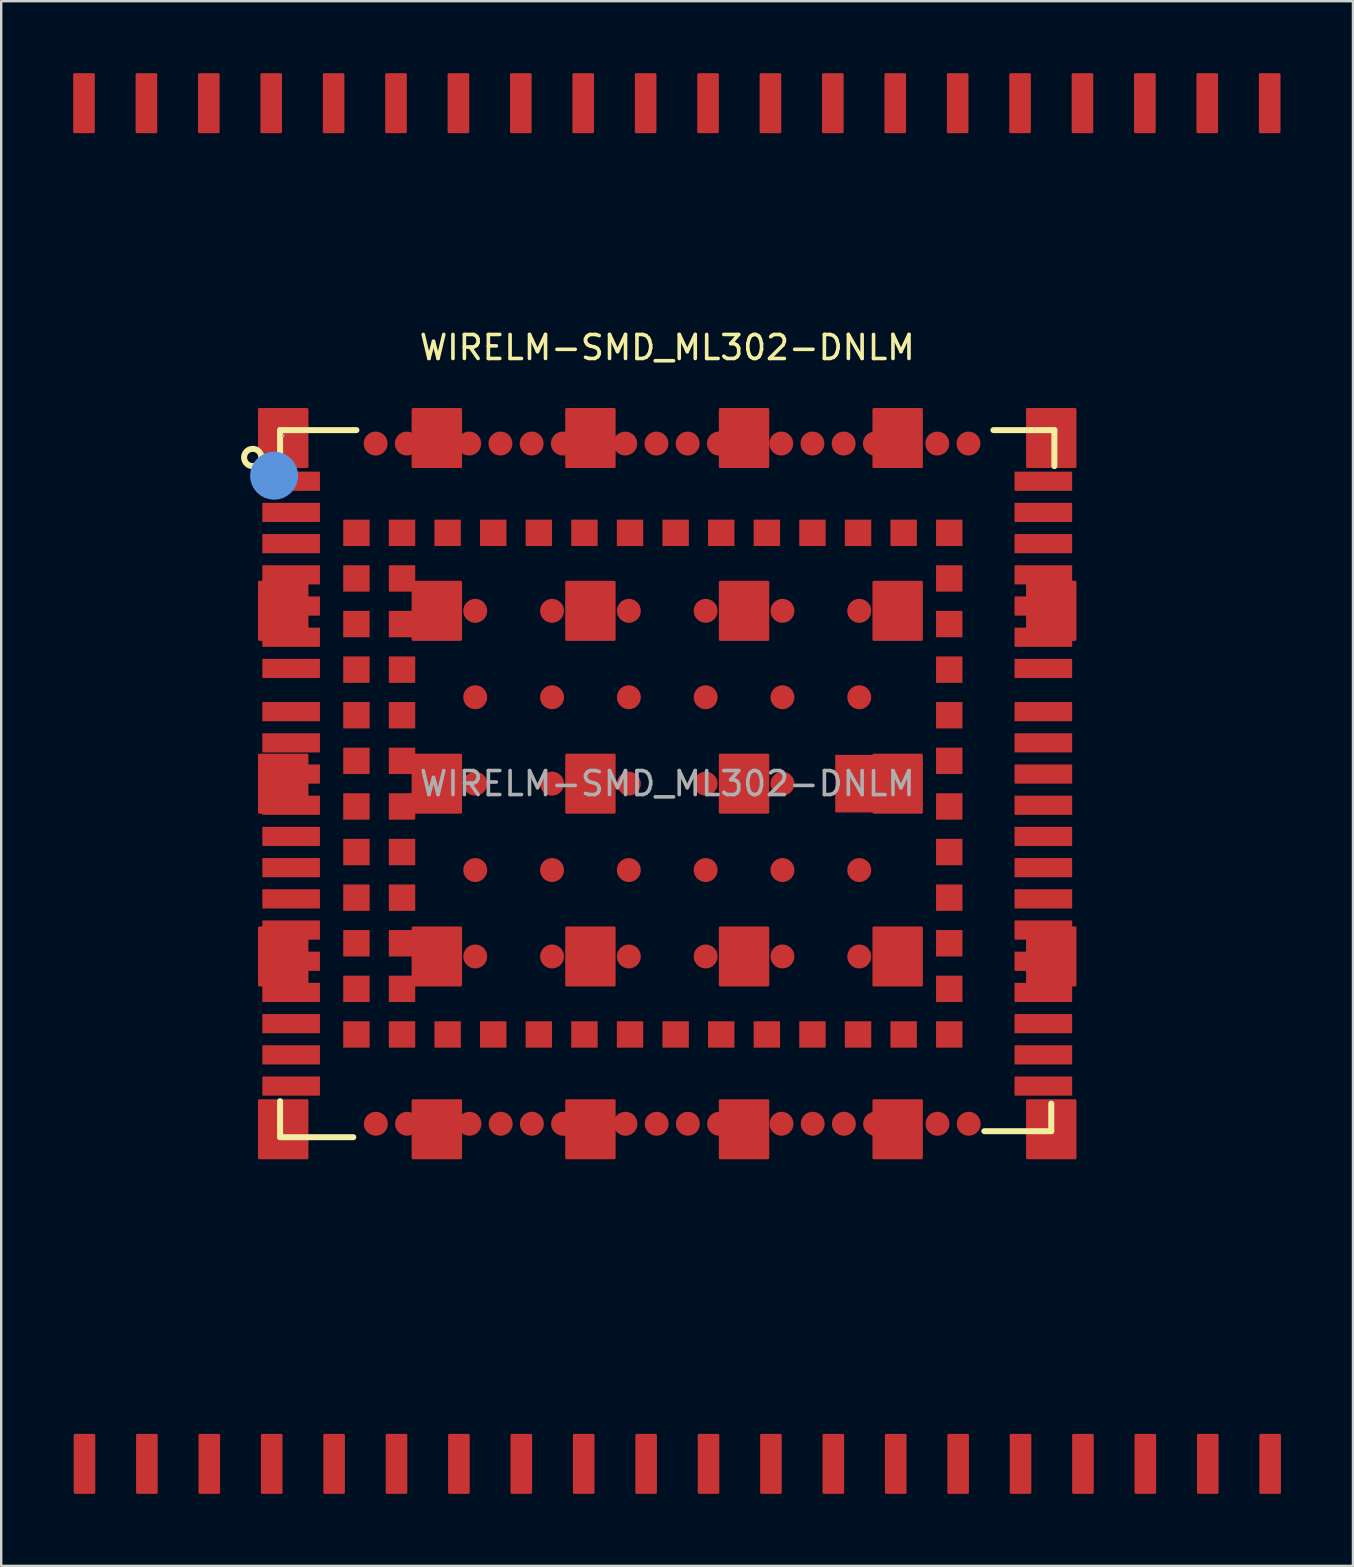
<source format=kicad_pcb>
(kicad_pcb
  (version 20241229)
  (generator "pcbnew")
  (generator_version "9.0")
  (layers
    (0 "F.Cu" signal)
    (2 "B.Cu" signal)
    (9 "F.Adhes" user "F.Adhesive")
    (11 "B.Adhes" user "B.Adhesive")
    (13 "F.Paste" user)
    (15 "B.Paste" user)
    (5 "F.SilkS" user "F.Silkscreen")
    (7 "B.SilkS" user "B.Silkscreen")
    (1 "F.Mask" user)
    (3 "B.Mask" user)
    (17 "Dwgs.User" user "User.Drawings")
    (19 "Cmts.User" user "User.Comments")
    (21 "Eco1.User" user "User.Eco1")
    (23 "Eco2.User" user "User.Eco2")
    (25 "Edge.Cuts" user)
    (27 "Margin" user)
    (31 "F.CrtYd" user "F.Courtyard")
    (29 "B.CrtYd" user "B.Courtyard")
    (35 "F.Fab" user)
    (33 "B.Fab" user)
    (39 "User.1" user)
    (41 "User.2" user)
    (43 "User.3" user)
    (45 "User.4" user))
  (footprint "WIRELM-SMD_ML302-DNLM"
    (layer "F.Cu")
    (at 24.75 29.6)
    (property "Reference" "WIRELM-SMD_ML302-DNLM" (at 0 -18.17 0) (layer "F.SilkS") (effects (font (size 1 1) (thickness 0.15))))
    (attr smd)
    (fp_line (start -16.13 -14.73) (end -12.95 -14.73) (stroke (width 0.25) (type solid)) (layer "F.SilkS"))
    (fp_line (start -16.13 -13.23) (end -16.13 -14.73) (stroke (width 0.25) (type solid)) (layer "F.SilkS"))
    (fp_line (start -16.13 13.23) (end -16.13 14.73) (stroke (width 0.25) (type solid)) (layer "F.SilkS"))
    (fp_line (start -16.13 14.73) (end -13.08 14.73) (stroke (width 0.25) (type solid)) (layer "F.SilkS"))
    (fp_line (start 13.21 14.48) (end 16 14.48) (stroke (width 0.25) (type solid)) (layer "F.SilkS"))
    (fp_line (start 13.59 -14.73) (end 16.13 -14.73) (stroke (width 0.25) (type solid)) (layer "F.SilkS"))
    (fp_line (start 16 14.48) (end 16 13.33) (stroke (width 0.25) (type solid)) (layer "F.SilkS"))
    (fp_line (start 16.13 -14.73) (end 16.13 -13.23) (stroke (width 0.25) (type solid)) (layer "F.SilkS"))
    (fp_circle (center -17.27 -13.59) (end -16.91 -13.59) (stroke (width 0.25) (type solid)) (fill no) (layer "F.SilkS"))
    (fp_circle (center -16.38 -12.83) (end -15.88 -12.83) (stroke (width 1) (type solid)) (fill no) (layer "Cmts.User"))
    (fp_circle (center -16 -14.5) (end -15.97 -14.5) (stroke (width 0.06) (type solid)) (fill no) (layer "F.Fab"))
    (fp_text user "${REFERENCE}" (at 0 0 0) (layer "F.Fab") (effects (font (size 1 1) (thickness 0.15))))
    (pad "1" smd rect (at -15.67 -12.6) (size 2.4 0.8) (layers "F.Cu" "F.Mask" "F.Paste"))
    (pad "2" smd rect (at -15.67 -11.3) (size 2.4 0.8) (layers "F.Cu" "F.Mask" "F.Paste"))
    (pad "3" smd rect (at -15.67 -10) (size 2.4 0.8) (layers "F.Cu" "F.Mask" "F.Paste"))
    (pad "4" smd rect (at -15.67 -8.7) (size 2.4 0.8) (layers "F.Cu" "F.Mask" "F.Paste"))
    (pad "5" smd rect (at -15.67 -7.4) (size 2.4 0.8) (layers "F.Cu" "F.Mask" "F.Paste"))
    (pad "6" smd rect (at -15.67 -6.1) (size 2.4 0.8) (layers "F.Cu" "F.Mask" "F.Paste"))
    (pad "7" smd rect (at -15.67 -4.8) (size 2.4 0.8) (layers "F.Cu" "F.Mask" "F.Paste"))
    (pad "8" smd rect (at -15.67 -3) (size 2.4 0.8) (layers "F.Cu" "F.Mask" "F.Paste"))
    (pad "9" smd rect (at -15.67 -1.7) (size 2.4 0.8) (layers "F.Cu" "F.Mask" "F.Paste"))
    (pad "10" smd rect (at -15.67 -0.4) (size 2.4 0.8) (layers "F.Cu" "F.Mask" "F.Paste"))
    (pad "11" smd rect (at -15.67 0.9) (size 2.4 0.8) (layers "F.Cu" "F.Mask" "F.Paste"))
    (pad "12" smd rect (at -15.67 2.2) (size 2.4 0.8) (layers "F.Cu" "F.Mask" "F.Paste"))
    (pad "13" smd rect (at -15.67 3.5) (size 2.4 0.8) (layers "F.Cu" "F.Mask" "F.Paste"))
    (pad "14" smd rect (at -15.67 4.8) (size 2.4 0.8) (layers "F.Cu" "F.Mask" "F.Paste"))
    (pad "15" smd rect (at -15.67 6.1) (size 2.4 0.8) (layers "F.Cu" "F.Mask" "F.Paste"))
    (pad "16" smd rect (at -15.67 7.4) (size 2.4 0.8) (layers "F.Cu" "F.Mask" "F.Paste"))
    (pad "17" smd rect (at -15.67 8.7) (size 2.4 0.8) (layers "F.Cu" "F.Mask" "F.Paste"))
    (pad "18" smd rect (at -15.67 10) (size 2.4 0.8) (layers "F.Cu" "F.Mask" "F.Paste"))
    (pad "19" smd rect (at -15.67 11.3) (size 2.4 0.8) (layers "F.Cu" "F.Mask" "F.Paste"))
    (pad "20" smd rect (at -15.67 12.6) (size 2.4 0.8) (layers "F.Cu" "F.Mask" "F.Paste"))
    (pad "21" smd custom (at -12.14 14.17) (size 1 1) (layers "F.Cu" "F.Mask" "F.Paste") (options (anchor circle)) (primitives (gr_poly (pts (xy -12.54 12.97) (xy -11.74 12.97) (xy -11.74 15.37) (xy -12.54 15.37)) (width 0.1) (fill yes))))
    (pad "22" smd custom (at -10.84 14.17) (size 1 1) (layers "F.Cu" "F.Mask" "F.Paste") (options (anchor circle)) (primitives (gr_poly (pts (xy -11.24 12.97) (xy -10.44 12.97) (xy -10.44 15.37) (xy -11.24 15.37)) (width 0.1) (fill yes))))
    (pad "23" smd custom (at -9.54 14.17) (size 1 1) (layers "F.Cu" "F.Mask" "F.Paste") (options (anchor circle)) (primitives (gr_poly (pts (xy -9.94 12.97) (xy -9.14 12.97) (xy -9.14 15.37) (xy -9.94 15.37)) (width 0.1) (fill yes))))
    (pad "24" smd custom (at -8.24 14.17) (size 1 1) (layers "F.Cu" "F.Mask" "F.Paste") (options (anchor circle)) (primitives (gr_poly (pts (xy -8.64 12.97) (xy -7.84 12.97) (xy -7.84 15.37) (xy -8.64 15.37)) (width 0.1) (fill yes))))
    (pad "25" smd custom (at -6.94 14.17) (size 1 1) (layers "F.Cu" "F.Mask" "F.Paste") (options (anchor circle)) (primitives (gr_poly (pts (xy -7.34 12.97) (xy -6.54 12.97) (xy -6.54 15.37) (xy -7.34 15.37)) (width 0.1) (fill yes))))
    (pad "26" smd custom (at -5.64 14.17) (size 1 1) (layers "F.Cu" "F.Mask" "F.Paste") (options (anchor circle)) (primitives (gr_poly (pts (xy -6.04 12.97) (xy -5.24 12.97) (xy -5.24 15.37) (xy -6.04 15.37)) (width 0.1) (fill yes))))
    (pad "27" smd custom (at -4.34 14.17) (size 1 1) (layers "F.Cu" "F.Mask" "F.Paste") (options (anchor circle)) (primitives (gr_poly (pts (xy -4.74 12.97) (xy -3.94 12.97) (xy -3.94 15.37) (xy -4.74 15.37)) (width 0.1) (fill yes))))
    (pad "28" smd custom (at -3.04 14.17) (size 1 1) (layers "F.Cu" "F.Mask" "F.Paste") (options (anchor circle)) (primitives (gr_poly (pts (xy -3.44 12.97) (xy -2.64 12.97) (xy -2.64 15.37) (xy -3.44 15.37)) (width 0.1) (fill yes))))
    (pad "29" smd custom (at -1.74 14.17) (size 1 1) (layers "F.Cu" "F.Mask" "F.Paste") (options (anchor circle)) (primitives (gr_poly (pts (xy -2.14 12.97) (xy -1.34 12.97) (xy -1.34 15.37) (xy -2.14 15.37)) (width 0.1) (fill yes))))
    (pad "30" smd custom (at -0.44 14.17) (size 1 1) (layers "F.Cu" "F.Mask" "F.Paste") (options (anchor circle)) (primitives (gr_poly (pts (xy -0.84 12.97) (xy -0.04 12.97) (xy -0.04 15.37) (xy -0.84 15.37)) (width 0.1) (fill yes))))
    (pad "31" smd custom (at 0.86 14.17) (size 1 1) (layers "F.Cu" "F.Mask" "F.Paste") (options (anchor circle)) (primitives (gr_poly (pts (xy 0.46 12.97) (xy 1.26 12.97) (xy 1.26 15.37) (xy 0.46 15.37)) (width 0.1) (fill yes))))
    (pad "32" smd custom (at 2.16 14.17) (size 1 1) (layers "F.Cu" "F.Mask" "F.Paste") (options (anchor circle)) (primitives (gr_poly (pts (xy 1.76 12.97) (xy 2.56 12.97) (xy 2.56 15.37) (xy 1.76 15.37)) (width 0.1) (fill yes))))
    (pad "33" smd custom (at 3.46 14.17) (size 1 1) (layers "F.Cu" "F.Mask" "F.Paste") (options (anchor circle)) (primitives (gr_poly (pts (xy 3.06 12.97) (xy 3.86 12.97) (xy 3.86 15.37) (xy 3.06 15.37)) (width 0.1) (fill yes))))
    (pad "34" smd custom (at 4.76 14.17) (size 1 1) (layers "F.Cu" "F.Mask" "F.Paste") (options (anchor circle)) (primitives (gr_poly (pts (xy 4.36 12.97) (xy 5.16 12.97) (xy 5.16 15.37) (xy 4.36 15.37)) (width 0.1) (fill yes))))
    (pad "35" smd custom (at 6.06 14.17) (size 1 1) (layers "F.Cu" "F.Mask" "F.Paste") (options (anchor circle)) (primitives (gr_poly (pts (xy 5.66 12.97) (xy 6.46 12.97) (xy 6.46 15.37) (xy 5.66 15.37)) (width 0.1) (fill yes))))
    (pad "36" smd custom (at 7.36 14.17) (size 1 1) (layers "F.Cu" "F.Mask" "F.Paste") (options (anchor circle)) (primitives (gr_poly (pts (xy 6.96 12.97) (xy 7.76 12.97) (xy 7.76 15.37) (xy 6.96 15.37)) (width 0.1) (fill yes))))
    (pad "37" smd custom (at 8.66 14.17) (size 1 1) (layers "F.Cu" "F.Mask" "F.Paste") (options (anchor circle)) (primitives (gr_poly (pts (xy 8.26 12.97) (xy 9.06 12.97) (xy 9.06 15.37) (xy 8.26 15.37)) (width 0.1) (fill yes))))
    (pad "38" smd custom (at 9.96 14.17) (size 1 1) (layers "F.Cu" "F.Mask" "F.Paste") (options (anchor circle)) (primitives (gr_poly (pts (xy 9.56 12.97) (xy 10.36 12.97) (xy 10.36 15.37) (xy 9.56 15.37)) (width 0.1) (fill yes))))
    (pad "39" smd custom (at 11.26 14.17) (size 1 1) (layers "F.Cu" "F.Mask" "F.Paste") (options (anchor circle)) (primitives (gr_poly (pts (xy 10.86 12.97) (xy 11.66 12.97) (xy 11.66 15.37) (xy 10.86 15.37)) (width 0.1) (fill yes))))
    (pad "40" smd custom (at 12.56 14.17) (size 1 1) (layers "F.Cu" "F.Mask" "F.Paste") (options (anchor circle)) (primitives (gr_poly (pts (xy 12.16 12.97) (xy 12.96 12.97) (xy 12.96 15.37) (xy 12.16 15.37)) (width 0.1) (fill yes))))
    (pad "41" smd rect (at 15.67 12.6) (size 2.4 0.8) (layers "F.Cu" "F.Mask" "F.Paste"))
    (pad "42" smd rect (at 15.67 11.3) (size 2.4 0.8) (layers "F.Cu" "F.Mask" "F.Paste"))
    (pad "43" smd rect (at 15.67 10) (size 2.4 0.8) (layers "F.Cu" "F.Mask" "F.Paste"))
    (pad "44" smd rect (at 15.67 8.7) (size 2.4 0.8) (layers "F.Cu" "F.Mask" "F.Paste"))
    (pad "45" smd rect (at 15.67 7.4) (size 2.4 0.8) (layers "F.Cu" "F.Mask" "F.Paste"))
    (pad "46" smd rect (at 15.67 6.1) (size 2.4 0.8) (layers "F.Cu" "F.Mask" "F.Paste"))
    (pad "47" smd rect (at 15.67 4.8) (size 2.4 0.8) (layers "F.Cu" "F.Mask" "F.Paste"))
    (pad "48" smd rect (at 15.67 3.5) (size 2.4 0.8) (layers "F.Cu" "F.Mask" "F.Paste"))
    (pad "49" smd rect (at 15.67 2.2) (size 2.4 0.8) (layers "F.Cu" "F.Mask" "F.Paste"))
    (pad "50" smd rect (at 15.67 0.9) (size 2.4 0.8) (layers "F.Cu" "F.Mask" "F.Paste"))
    (pad "51" smd rect (at 15.67 -0.4) (size 2.4 0.8) (layers "F.Cu" "F.Mask" "F.Paste"))
    (pad "52" smd rect (at 15.67 -1.7) (size 2.4 0.8) (layers "F.Cu" "F.Mask" "F.Paste"))
    (pad "53" smd rect (at 15.67 -3) (size 2.4 0.8) (layers "F.Cu" "F.Mask" "F.Paste"))
    (pad "54" smd rect (at 15.67 -4.8) (size 2.4 0.8) (layers "F.Cu" "F.Mask" "F.Paste"))
    (pad "55" smd rect (at 15.67 -6.1) (size 2.4 0.8) (layers "F.Cu" "F.Mask" "F.Paste"))
    (pad "56" smd rect (at 15.67 -7.4) (size 2.4 0.8) (layers "F.Cu" "F.Mask" "F.Paste"))
    (pad "57" smd rect (at 15.67 -8.7) (size 2.4 0.8) (layers "F.Cu" "F.Mask" "F.Paste"))
    (pad "58" smd rect (at 15.67 -10) (size 2.4 0.8) (layers "F.Cu" "F.Mask" "F.Paste"))
    (pad "59" smd rect (at 15.67 -11.3) (size 2.4 0.8) (layers "F.Cu" "F.Mask" "F.Paste"))
    (pad "60" smd rect (at 15.67 -12.6) (size 2.4 0.8) (layers "F.Cu" "F.Mask" "F.Paste"))
    (pad "61" smd custom (at 12.55 -14.17) (size 1 1) (layers "F.Cu" "F.Mask" "F.Paste") (options (anchor circle)) (primitives (gr_poly (pts (xy 12.15 -15.38) (xy 12.95 -15.38) (xy 12.95 -12.98) (xy 12.15 -12.98)) (width 0.1) (fill yes))))
    (pad "62" smd custom (at 11.25 -14.17) (size 1 1) (layers "F.Cu" "F.Mask" "F.Paste") (options (anchor circle)) (primitives (gr_poly (pts (xy 10.85 -15.38) (xy 11.65 -15.38) (xy 11.65 -12.98) (xy 10.85 -12.98)) (width 0.1) (fill yes))))
    (pad "63" smd custom (at 9.95 -14.17) (size 1 1) (layers "F.Cu" "F.Mask" "F.Paste") (options (anchor circle)) (primitives (gr_poly (pts (xy 9.55 -15.38) (xy 10.35 -15.38) (xy 10.35 -12.98) (xy 9.55 -12.98)) (width 0.1) (fill yes))))
    (pad "64" smd custom (at 8.65 -14.17) (size 1 1) (layers "F.Cu" "F.Mask" "F.Paste") (options (anchor circle)) (primitives (gr_poly (pts (xy 8.25 -15.38) (xy 9.05 -15.38) (xy 9.05 -12.98) (xy 8.25 -12.98)) (width 0.1) (fill yes))))
    (pad "65" smd custom (at 7.35 -14.17) (size 1 1) (layers "F.Cu" "F.Mask" "F.Paste") (options (anchor circle)) (primitives (gr_poly (pts (xy 6.95 -15.38) (xy 7.75 -15.38) (xy 7.75 -12.98) (xy 6.95 -12.98)) (width 0.1) (fill yes))))
    (pad "66" smd custom (at 6.05 -14.17) (size 1 1) (layers "F.Cu" "F.Mask" "F.Paste") (options (anchor circle)) (primitives (gr_poly (pts (xy 5.65 -15.38) (xy 6.45 -15.38) (xy 6.45 -12.98) (xy 5.65 -12.98)) (width 0.1) (fill yes))))
    (pad "67" smd custom (at 4.75 -14.17) (size 1 1) (layers "F.Cu" "F.Mask" "F.Paste") (options (anchor circle)) (primitives (gr_poly (pts (xy 4.35 -15.38) (xy 5.15 -15.38) (xy 5.15 -12.98) (xy 4.35 -12.98)) (width 0.1) (fill yes))))
    (pad "68" smd custom (at 3.45 -14.17) (size 1 1) (layers "F.Cu" "F.Mask" "F.Paste") (options (anchor circle)) (primitives (gr_poly (pts (xy 3.05 -15.38) (xy 3.85 -15.38) (xy 3.85 -12.98) (xy 3.05 -12.98)) (width 0.1) (fill yes))))
    (pad "69" smd custom (at 2.15 -14.17) (size 1 1) (layers "F.Cu" "F.Mask" "F.Paste") (options (anchor circle)) (primitives (gr_poly (pts (xy 1.75 -15.38) (xy 2.55 -15.38) (xy 2.55 -12.98) (xy 1.75 -12.98)) (width 0.1) (fill yes))))
    (pad "70" smd custom (at 0.85 -14.17) (size 1 1) (layers "F.Cu" "F.Mask" "F.Paste") (options (anchor circle)) (primitives (gr_poly (pts (xy 0.45 -15.38) (xy 1.25 -15.38) (xy 1.25 -12.98) (xy 0.45 -12.98)) (width 0.1) (fill yes))))
    (pad "71" smd custom (at -0.45 -14.17) (size 1 1) (layers "F.Cu" "F.Mask" "F.Paste") (options (anchor circle)) (primitives (gr_poly (pts (xy -0.85 -15.38) (xy -0.05 -15.38) (xy -0.05 -12.98) (xy -0.85 -12.98)) (width 0.1) (fill yes))))
    (pad "72" smd custom (at -1.75 -14.17) (size 1 1) (layers "F.Cu" "F.Mask" "F.Paste") (options (anchor circle)) (primitives (gr_poly (pts (xy -2.15 -15.38) (xy -1.35 -15.38) (xy -1.35 -12.98) (xy -2.15 -12.98)) (width 0.1) (fill yes))))
    (pad "73" smd custom (at -3.05 -14.17) (size 1 1) (layers "F.Cu" "F.Mask" "F.Paste") (options (anchor circle)) (primitives (gr_poly (pts (xy -3.45 -15.38) (xy -2.65 -15.38) (xy -2.65 -12.98) (xy -3.45 -12.98)) (width 0.1) (fill yes))))
    (pad "74" smd custom (at -4.35 -14.17) (size 1 1) (layers "F.Cu" "F.Mask" "F.Paste") (options (anchor circle)) (primitives (gr_poly (pts (xy -4.75 -15.38) (xy -3.95 -15.38) (xy -3.95 -12.98) (xy -4.75 -12.98)) (width 0.1) (fill yes))))
    (pad "75" smd custom (at -5.65 -14.17) (size 1 1) (layers "F.Cu" "F.Mask" "F.Paste") (options (anchor circle)) (primitives (gr_poly (pts (xy -6.05 -15.38) (xy -5.25 -15.38) (xy -5.25 -12.98) (xy -6.05 -12.98)) (width 0.1) (fill yes))))
    (pad "76" smd custom (at -6.95 -14.17) (size 1 1) (layers "F.Cu" "F.Mask" "F.Paste") (options (anchor circle)) (primitives (gr_poly (pts (xy -7.35 -15.38) (xy -6.55 -15.38) (xy -6.55 -12.98) (xy -7.35 -12.98)) (width 0.1) (fill yes))))
    (pad "77" smd custom (at -8.25 -14.17) (size 1 1) (layers "F.Cu" "F.Mask" "F.Paste") (options (anchor circle)) (primitives (gr_poly (pts (xy -8.65 -15.38) (xy -7.85 -15.38) (xy -7.85 -12.98) (xy -8.65 -12.98)) (width 0.1) (fill yes))))
    (pad "78" smd custom (at -9.55 -14.17) (size 1 1) (layers "F.Cu" "F.Mask" "F.Paste") (options (anchor circle)) (primitives (gr_poly (pts (xy -9.95 -15.38) (xy -9.15 -15.38) (xy -9.15 -12.98) (xy -9.95 -12.98)) (width 0.1) (fill yes))))
    (pad "79" smd custom (at -10.85 -14.17) (size 1 1) (layers "F.Cu" "F.Mask" "F.Paste") (options (anchor circle)) (primitives (gr_poly (pts (xy -11.25 -15.38) (xy -10.45 -15.38) (xy -10.45 -12.98) (xy -11.25 -12.98)) (width 0.1) (fill yes))))
    (pad "80" smd custom (at -12.15 -14.17) (size 1 1) (layers "F.Cu" "F.Mask" "F.Paste") (options (anchor circle)) (primitives (gr_poly (pts (xy -12.55 -15.38) (xy -11.75 -15.38) (xy -11.75 -12.98) (xy -12.55 -12.98)) (width 0.1) (fill yes))))
    (pad "81" smd rect (at -12.95 -10.45) (size 1.1 1.1) (layers "F.Cu" "F.Mask" "F.Paste"))
    (pad "82" smd rect (at -12.95 -8.55) (size 1.1 1.1) (layers "F.Cu" "F.Mask" "F.Paste"))
    (pad "83" smd rect (at -12.95 -6.65) (size 1.1 1.1) (layers "F.Cu" "F.Mask" "F.Paste"))
    (pad "84" smd rect (at -12.95 -4.75) (size 1.1 1.1) (layers "F.Cu" "F.Mask" "F.Paste"))
    (pad "85" smd rect (at -12.95 -2.85) (size 1.1 1.1) (layers "F.Cu" "F.Mask" "F.Paste"))
    (pad "86" smd rect (at -12.95 -0.95) (size 1.1 1.1) (layers "F.Cu" "F.Mask" "F.Paste"))
    (pad "87" smd rect (at -12.95 0.95) (size 1.1 1.1) (layers "F.Cu" "F.Mask" "F.Paste"))
    (pad "88" smd rect (at -12.95 2.85) (size 1.1 1.1) (layers "F.Cu" "F.Mask" "F.Paste"))
    (pad "89" smd rect (at -12.95 4.75) (size 1.1 1.1) (layers "F.Cu" "F.Mask" "F.Paste"))
    (pad "90" smd rect (at -12.95 6.65) (size 1.1 1.1) (layers "F.Cu" "F.Mask" "F.Paste"))
    (pad "91" smd rect (at -12.95 8.55) (size 1.1 1.1) (layers "F.Cu" "F.Mask" "F.Paste"))
    (pad "92" smd rect (at -12.95 10.45) (size 1.1 1.1) (layers "F.Cu" "F.Mask" "F.Paste"))
    (pad "93" smd rect (at -11.05 10.45) (size 1.1 1.1) (layers "F.Cu" "F.Mask" "F.Paste"))
    (pad "94" smd rect (at -11.05 8.55) (size 1.1 1.1) (layers "F.Cu" "F.Mask" "F.Paste"))
    (pad "95" smd rect (at -11.05 6.65) (size 1.1 1.1) (layers "F.Cu" "F.Mask" "F.Paste"))
    (pad "96" smd rect (at -11.05 4.75) (size 1.1 1.1) (layers "F.Cu" "F.Mask" "F.Paste"))
    (pad "97" smd rect (at -11.05 2.85) (size 1.1 1.1) (layers "F.Cu" "F.Mask" "F.Paste"))
    (pad "98" smd rect (at -11.05 0.95) (size 1.1 1.1) (layers "F.Cu" "F.Mask" "F.Paste"))
    (pad "99" smd rect (at -11.05 -0.95) (size 1.1 1.1) (layers "F.Cu" "F.Mask" "F.Paste"))
    (pad "100" smd rect (at -11.05 -2.85) (size 1.1 1.1) (layers "F.Cu" "F.Mask" "F.Paste"))
    (pad "101" smd rect (at -11.05 -4.75) (size 1.1 1.1) (layers "F.Cu" "F.Mask" "F.Paste"))
    (pad "102" smd rect (at -11.05 -6.65) (size 1.1 1.1) (layers "F.Cu" "F.Mask" "F.Paste"))
    (pad "103" smd rect (at -11.05 -8.55) (size 1.1 1.1) (layers "F.Cu" "F.Mask" "F.Paste"))
    (pad "104" smd rect (at -11.05 -10.45) (size 1.1 1.1) (layers "F.Cu" "F.Mask" "F.Paste"))
    (pad "105" smd rect (at -9.15 -10.45) (size 1.1 1.1) (layers "F.Cu" "F.Mask" "F.Paste"))
    (pad "106" smd rect (at -7.25 -10.45) (size 1.1 1.1) (layers "F.Cu" "F.Mask" "F.Paste"))
    (pad "107" smd rect (at -5.35 -10.45) (size 1.1 1.1) (layers "F.Cu" "F.Mask" "F.Paste"))
    (pad "108" smd rect (at -3.45 -10.45) (size 1.1 1.1) (layers "F.Cu" "F.Mask" "F.Paste"))
    (pad "109" smd rect (at -1.55 -10.45) (size 1.1 1.1) (layers "F.Cu" "F.Mask" "F.Paste"))
    (pad "110" smd rect (at 0.35 -10.45) (size 1.1 1.1) (layers "F.Cu" "F.Mask" "F.Paste"))
    (pad "111" smd rect (at 2.25 -10.45) (size 1.1 1.1) (layers "F.Cu" "F.Mask" "F.Paste"))
    (pad "112" smd rect (at 4.15 -10.45) (size 1.1 1.1) (layers "F.Cu" "F.Mask" "F.Paste"))
    (pad "113" smd rect (at 6.05 -10.45) (size 1.1 1.1) (layers "F.Cu" "F.Mask" "F.Paste"))
    (pad "114" smd rect (at 7.95 -10.45) (size 1.1 1.1) (layers "F.Cu" "F.Mask" "F.Paste"))
    (pad "115" smd rect (at 9.85 -10.45) (size 1.1 1.1) (layers "F.Cu" "F.Mask" "F.Paste"))
    (pad "116" smd rect (at 11.75 -10.45) (size 1.1 1.1) (layers "F.Cu" "F.Mask" "F.Paste"))
    (pad "117" smd rect (at 11.75 -8.55) (size 1.1 1.1) (layers "F.Cu" "F.Mask" "F.Paste"))
    (pad "118" smd rect (at 11.75 -6.65) (size 1.1 1.1) (layers "F.Cu" "F.Mask" "F.Paste"))
    (pad "119" smd rect (at 11.75 -4.75) (size 1.1 1.1) (layers "F.Cu" "F.Mask" "F.Paste"))
    (pad "120" smd rect (at 11.75 -2.85) (size 1.1 1.1) (layers "F.Cu" "F.Mask" "F.Paste"))
    (pad "121" smd rect (at 11.75 -0.95) (size 1.1 1.1) (layers "F.Cu" "F.Mask" "F.Paste"))
    (pad "122" smd rect (at 11.75 0.95) (size 1.1 1.1) (layers "F.Cu" "F.Mask" "F.Paste"))
    (pad "123" smd rect (at 11.75 2.85) (size 1.1 1.1) (layers "F.Cu" "F.Mask" "F.Paste"))
    (pad "124" smd rect (at 11.75 4.75) (size 1.1 1.1) (layers "F.Cu" "F.Mask" "F.Paste"))
    (pad "125" smd rect (at 11.75 6.65) (size 1.1 1.1) (layers "F.Cu" "F.Mask" "F.Paste"))
    (pad "126" smd rect (at 11.75 8.55) (size 1.1 1.1) (layers "F.Cu" "F.Mask" "F.Paste"))
    (pad "127" smd rect (at 11.75 10.45) (size 1.1 1.1) (layers "F.Cu" "F.Mask" "F.Paste"))
    (pad "128" smd rect (at 9.85 10.45) (size 1.1 1.1) (layers "F.Cu" "F.Mask" "F.Paste"))
    (pad "129" smd rect (at 7.95 10.45) (size 1.1 1.1) (layers "F.Cu" "F.Mask" "F.Paste"))
    (pad "130" smd rect (at 6.05 10.45) (size 1.1 1.1) (layers "F.Cu" "F.Mask" "F.Paste"))
    (pad "131" smd rect (at 4.15 10.45) (size 1.1 1.1) (layers "F.Cu" "F.Mask" "F.Paste"))
    (pad "132" smd rect (at 2.25 10.45) (size 1.1 1.1) (layers "F.Cu" "F.Mask" "F.Paste"))
    (pad "133" smd rect (at 0.35 10.45) (size 1.1 1.1) (layers "F.Cu" "F.Mask" "F.Paste"))
    (pad "134" smd rect (at -1.55 10.45) (size 1.1 1.1) (layers "F.Cu" "F.Mask" "F.Paste"))
    (pad "135" smd rect (at -3.45 10.45) (size 1.1 1.1) (layers "F.Cu" "F.Mask" "F.Paste"))
    (pad "136" smd rect (at -5.35 10.45) (size 1.1 1.1) (layers "F.Cu" "F.Mask" "F.Paste"))
    (pad "137" smd rect (at -7.25 10.45) (size 1.1 1.1) (layers "F.Cu" "F.Mask" "F.Paste"))
    (pad "138" smd rect (at -9.15 10.45) (size 1.1 1.1) (layers "F.Cu" "F.Mask" "F.Paste"))
    (pad "139" smd custom (at -8 -7.2) (size 1 1) (layers "F.Cu" "F.Mask" "F.Paste") (options (anchor circle)) (primitives (gr_poly (pts (xy -9 -8.4) (xy -7 -8.4) (xy -7 -6) (xy -9 -6)) (width 0.1) (fill yes))))
    (pad "140" smd custom (at -4.8 -7.2) (size 1 1) (layers "F.Cu" "F.Mask" "F.Paste") (options (anchor circle)) (primitives (gr_poly (pts (xy -5.8 -8.4) (xy -3.8 -8.4) (xy -3.8 -6) (xy -5.8 -6)) (width 0.1) (fill yes))))
    (pad "141" smd custom (at -1.6 -7.2) (size 1 1) (layers "F.Cu" "F.Mask" "F.Paste") (options (anchor circle)) (primitives (gr_poly (pts (xy -2.6 -8.4) (xy -0.6 -8.4) (xy -0.6 -6) (xy -2.6 -6)) (width 0.1) (fill yes))))
    (pad "142" smd custom (at 1.6 -7.2) (size 1 1) (layers "F.Cu" "F.Mask" "F.Paste") (options (anchor circle)) (primitives (gr_poly (pts (xy 0.6 -8.4) (xy 2.6 -8.4) (xy 2.6 -6) (xy 0.6 -6)) (width 0.1) (fill yes))))
    (pad "143" smd custom (at 4.8 -7.2) (size 1 1) (layers "F.Cu" "F.Mask" "F.Paste") (options (anchor circle)) (primitives (gr_poly (pts (xy 3.8 -8.4) (xy 5.8 -8.4) (xy 5.8 -6) (xy 3.8 -6)) (width 0.1) (fill yes))))
    (pad "144" smd custom (at 8 -7.2) (size 1 1) (layers "F.Cu" "F.Mask" "F.Paste") (options (anchor circle)) (primitives (gr_poly (pts (xy 7 -8.4) (xy 9 -8.4) (xy 9 -6) (xy 7 -6)) (width 0.1) (fill yes))))
    (pad "145" smd custom (at -8 -3.6) (size 1 1) (layers "F.Cu" "F.Mask" "F.Paste") (options (anchor circle)) (primitives (gr_poly (pts (xy -9 -4.8) (xy -7 -4.8) (xy -7 -2.4) (xy -9 -2.4)) (width 0.1) (fill yes))))
    (pad "146" smd custom (at -4.8 -3.6) (size 1 1) (layers "F.Cu" "F.Mask" "F.Paste") (options (anchor circle)) (primitives (gr_poly (pts (xy -5.8 -4.8) (xy -3.8 -4.8) (xy -3.8 -2.4) (xy -5.8 -2.4)) (width 0.1) (fill yes))))
    (pad "147" smd custom (at -1.6 -3.6) (size 1 1) (layers "F.Cu" "F.Mask" "F.Paste") (options (anchor circle)) (primitives (gr_poly (pts (xy -2.6 -4.8) (xy -0.6 -4.8) (xy -0.6 -2.4) (xy -2.6 -2.4)) (width 0.1) (fill yes))))
    (pad "148" smd custom (at 1.6 -3.6) (size 1 1) (layers "F.Cu" "F.Mask" "F.Paste") (options (anchor circle)) (primitives (gr_poly (pts (xy 0.6 -4.8) (xy 2.6 -4.8) (xy 2.6 -2.4) (xy 0.6 -2.4)) (width 0.1) (fill yes))))
    (pad "149" smd custom (at 4.8 -3.6) (size 1 1) (layers "F.Cu" "F.Mask" "F.Paste") (options (anchor circle)) (primitives (gr_poly (pts (xy 3.8 -4.8) (xy 5.8 -4.8) (xy 5.8 -2.4) (xy 3.8 -2.4)) (width 0.1) (fill yes))))
    (pad "150" smd custom (at 8 -3.6) (size 1 1) (layers "F.Cu" "F.Mask" "F.Paste") (options (anchor circle)) (primitives (gr_poly (pts (xy 7 -4.8) (xy 9 -4.8) (xy 9 -2.4) (xy 7 -2.4)) (width 0.1) (fill yes))))
    (pad "151" smd custom (at -8 0) (size 1 1) (layers "F.Cu" "F.Mask" "F.Paste") (options (anchor circle)) (primitives (gr_poly (pts (xy -9 -1.2) (xy -7 -1.2) (xy -7 1.2) (xy -9 1.2)) (width 0.1) (fill yes))))
    (pad "152" smd custom (at -4.8 0) (size 1 1) (layers "F.Cu" "F.Mask" "F.Paste") (options (anchor circle)) (primitives (gr_poly (pts (xy -5.8 -1.2) (xy -3.8 -1.2) (xy -3.8 1.2) (xy -5.8 1.2)) (width 0.1) (fill yes))))
    (pad "153" smd custom (at -1.6 0) (size 1 1) (layers "F.Cu" "F.Mask" "F.Paste") (options (anchor circle)) (primitives (gr_poly (pts (xy -2.6 -1.2) (xy -0.6 -1.2) (xy -0.6 1.2) (xy -2.6 1.2)) (width 0.1) (fill yes))))
    (pad "154" smd custom (at 1.6 0) (size 1 1) (layers "F.Cu" "F.Mask" "F.Paste") (options (anchor circle)) (primitives (gr_poly (pts (xy 0.6 -1.2) (xy 2.6 -1.2) (xy 2.6 1.2) (xy 0.6 1.2)) (width 0.1) (fill yes))))
    (pad "155" smd custom (at 4.8 0) (size 1 1) (layers "F.Cu" "F.Mask" "F.Paste") (options (anchor circle)) (primitives (gr_poly (pts (xy 3.8 -1.2) (xy 5.8 -1.2) (xy 5.8 1.2) (xy 3.8 1.2)) (width 0.1) (fill yes))))
    (pad "156" smd rect (at 8 0) (size 2 2.4) (layers "F.Cu" "F.Mask" "F.Paste"))
    (pad "157" smd custom (at -8 3.6) (size 1 1) (layers "F.Cu" "F.Mask" "F.Paste") (options (anchor circle)) (primitives (gr_poly (pts (xy -9 2.4) (xy -7 2.4) (xy -7 4.8) (xy -9 4.8)) (width 0.1) (fill yes))))
    (pad "158" smd custom (at -4.8 3.6) (size 1 1) (layers "F.Cu" "F.Mask" "F.Paste") (options (anchor circle)) (primitives (gr_poly (pts (xy -5.8 2.4) (xy -3.8 2.4) (xy -3.8 4.8) (xy -5.8 4.8)) (width 0.1) (fill yes))))
    (pad "159" smd custom (at -1.6 3.6) (size 1 1) (layers "F.Cu" "F.Mask" "F.Paste") (options (anchor circle)) (primitives (gr_poly (pts (xy -2.6 2.4) (xy -0.6 2.4) (xy -0.6 4.8) (xy -2.6 4.8)) (width 0.1) (fill yes))))
    (pad "160" smd custom (at 1.6 3.6) (size 1 1) (layers "F.Cu" "F.Mask" "F.Paste") (options (anchor circle)) (primitives (gr_poly (pts (xy 0.6 2.4) (xy 2.6 2.4) (xy 2.6 4.8) (xy 0.6 4.8)) (width 0.1) (fill yes))))
    (pad "161" smd custom (at 4.8 3.6) (size 1 1) (layers "F.Cu" "F.Mask" "F.Paste") (options (anchor circle)) (primitives (gr_poly (pts (xy 3.8 2.4) (xy 5.8 2.4) (xy 5.8 4.8) (xy 3.8 4.8)) (width 0.1) (fill yes))))
    (pad "162" smd custom (at 8 3.6) (size 1 1) (layers "F.Cu" "F.Mask" "F.Paste") (options (anchor circle)) (primitives (gr_poly (pts (xy 7 2.4) (xy 9 2.4) (xy 9 4.8) (xy 7 4.8)) (width 0.1) (fill yes))))
    (pad "163" smd custom (at -8 7.2) (size 1 1) (layers "F.Cu" "F.Mask" "F.Paste") (options (anchor circle)) (primitives (gr_poly (pts (xy -9 6) (xy -7 6) (xy -7 8.4) (xy -9 8.4)) (width 0.1) (fill yes))))
    (pad "164" smd custom (at -4.8 7.2) (size 1 1) (layers "F.Cu" "F.Mask" "F.Paste") (options (anchor circle)) (primitives (gr_poly (pts (xy -5.8 6) (xy -3.8 6) (xy -3.8 8.4) (xy -5.8 8.4)) (width 0.1) (fill yes))))
    (pad "165" smd custom (at -1.6 7.2) (size 1 1) (layers "F.Cu" "F.Mask" "F.Paste") (options (anchor circle)) (primitives (gr_poly (pts (xy -2.6 6) (xy -0.6 6) (xy -0.6 8.4) (xy -2.6 8.4)) (width 0.1) (fill yes))))
    (pad "166" smd custom (at 1.6 7.2) (size 1 1) (layers "F.Cu" "F.Mask" "F.Paste") (options (anchor circle)) (primitives (gr_poly (pts (xy 0.6 6) (xy 2.6 6) (xy 2.6 8.4) (xy 0.6 8.4)) (width 0.1) (fill yes))))
    (pad "167" smd custom (at 4.8 7.2) (size 1 1) (layers "F.Cu" "F.Mask" "F.Paste") (options (anchor circle)) (primitives (gr_poly (pts (xy 3.8 6) (xy 5.8 6) (xy 5.8 8.4) (xy 3.8 8.4)) (width 0.1) (fill yes))))
    (pad "168" smd custom (at 8 7.2) (size 1 1) (layers "F.Cu" "F.Mask" "F.Paste") (options (anchor circle)) (primitives (gr_poly (pts (xy 7 6) (xy 9 6) (xy 9 8.4) (xy 7 8.4)) (width 0.1) (fill yes)))))
  (gr_rect
    (start -3 -3)
    (end 53.32 62.19)
    (stroke (width 0.1) (type default))
    (fill no)
    (layer "Edge.Cuts")))
</source>
